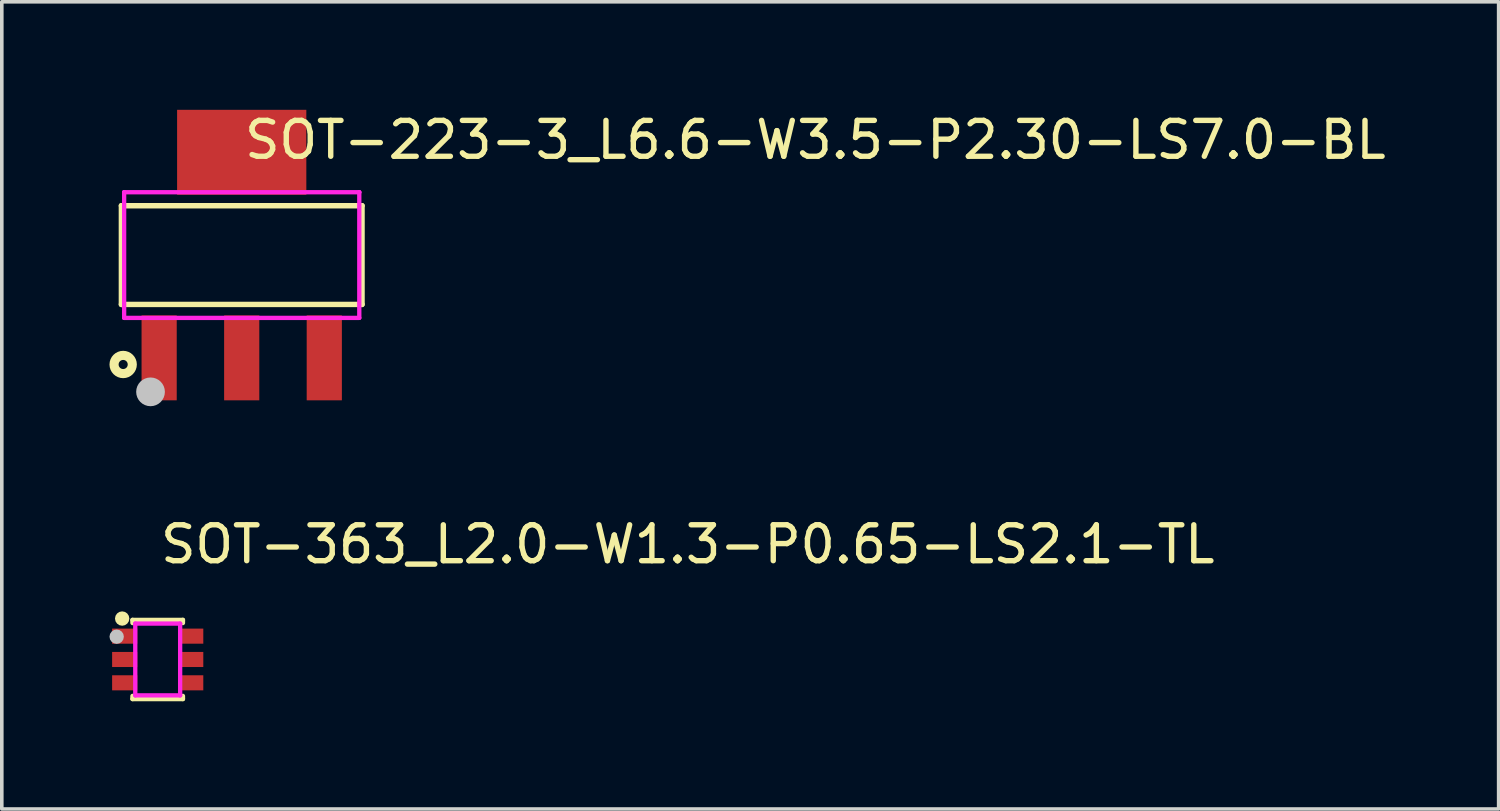
<source format=kicad_pcb>
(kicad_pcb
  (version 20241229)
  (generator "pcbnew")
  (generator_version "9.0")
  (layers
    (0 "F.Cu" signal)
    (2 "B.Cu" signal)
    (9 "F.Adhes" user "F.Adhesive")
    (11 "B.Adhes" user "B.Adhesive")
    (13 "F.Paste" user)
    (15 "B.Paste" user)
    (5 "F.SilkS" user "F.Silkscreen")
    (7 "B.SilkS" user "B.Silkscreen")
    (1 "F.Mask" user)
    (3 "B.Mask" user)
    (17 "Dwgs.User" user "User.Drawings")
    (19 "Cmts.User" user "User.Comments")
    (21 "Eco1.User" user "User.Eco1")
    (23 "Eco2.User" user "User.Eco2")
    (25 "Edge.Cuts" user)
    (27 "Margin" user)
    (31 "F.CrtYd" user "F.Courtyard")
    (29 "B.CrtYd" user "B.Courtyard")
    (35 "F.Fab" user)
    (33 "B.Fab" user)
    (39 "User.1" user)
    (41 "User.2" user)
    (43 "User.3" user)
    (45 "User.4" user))
  (footprint "SOT-363_L2.0-W1.3-P0.65-LS2.1-TL"
    (layer "F.Cu")
    (at 1.343 15.32)
    (property "Reference" "SOT-363_L2.0-W1.3-P0.65-LS2.1-TL" (at 0 -3.207 0) (layer "F.SilkS") (effects (font (size 1 1) (thickness 0.15)) (justify left)))
    (attr through_hole)
    (fp_line (start -0.7 -1.1) (end -0.7 -1.018) (stroke (width 0.127) (type solid)) (layer "F.SilkS"))
    (fp_line (start -0.7 -1.1) (end 0.7 -1.1) (stroke (width 0.127) (type solid)) (layer "F.SilkS"))
    (fp_line (start -0.7 1.018) (end -0.7 1.1) (stroke (width 0.127) (type solid)) (layer "F.SilkS"))
    (fp_line (start -0.7 1.1) (end 0.7 1.1) (stroke (width 0.127) (type solid)) (layer "F.SilkS"))
    (fp_line (start 0.7 -1.1) (end 0.7 -1.018) (stroke (width 0.127) (type solid)) (layer "F.SilkS"))
    (fp_line (start 0.7 1.018) (end 0.7 1.1) (stroke (width 0.127) (type solid)) (layer "F.SilkS"))
    (fp_circle (center -0.99 -1.14) (end -0.89 -1.14) (stroke (width 0.2) (type solid)) (fill no) (layer "F.SilkS"))
    (fp_circle (center -1.143 -0.635) (end -1.043 -0.635) (stroke (width 0.2) (type solid)) (fill no) (layer "Dwgs.User"))
    (fp_line (start -0.76 -0.775) (end -0.615 -0.775) (stroke (width 0.12) (type solid)) (layer "Eco2.User"))
    (fp_line (start -0.76 -0.525) (end -0.76 -0.775) (stroke (width 0.12) (type solid)) (layer "Eco2.User"))
    (fp_line (start -0.76 -0.125) (end -0.615 -0.125) (stroke (width 0.12) (type solid)) (layer "Eco2.User"))
    (fp_line (start -0.76 0.125) (end -0.76 -0.125) (stroke (width 0.12) (type solid)) (layer "Eco2.User"))
    (fp_line (start -0.76 0.525) (end -0.615 0.525) (stroke (width 0.12) (type solid)) (layer "Eco2.User"))
    (fp_line (start -0.76 0.775) (end -0.76 0.525) (stroke (width 0.12) (type solid)) (layer "Eco2.User"))
    (fp_line (start -0.615 -0.775) (end -0.615 -0.525) (stroke (width 0.12) (type solid)) (layer "Eco2.User"))
    (fp_line (start -0.615 -0.525) (end -0.76 -0.525) (stroke (width 0.12) (type solid)) (layer "Eco2.User"))
    (fp_line (start -0.615 -0.125) (end -0.615 0.125) (stroke (width 0.12) (type solid)) (layer "Eco2.User"))
    (fp_line (start -0.615 0.125) (end -0.76 0.125) (stroke (width 0.12) (type solid)) (layer "Eco2.User"))
    (fp_line (start -0.615 0.525) (end -0.615 0.775) (stroke (width 0.12) (type solid)) (layer "Eco2.User"))
    (fp_line (start -0.615 0.775) (end -0.76 0.775) (stroke (width 0.12) (type solid)) (layer "Eco2.User"))
    (fp_line (start 0.615 -0.775) (end 0.76 -0.775) (stroke (width 0.12) (type solid)) (layer "Eco2.User"))
    (fp_line (start 0.615 -0.525) (end 0.615 -0.775) (stroke (width 0.12) (type solid)) (layer "Eco2.User"))
    (fp_line (start 0.615 -0.125) (end 0.76 -0.125) (stroke (width 0.12) (type solid)) (layer "Eco2.User"))
    (fp_line (start 0.615 0.125) (end 0.615 -0.125) (stroke (width 0.12) (type solid)) (layer "Eco2.User"))
    (fp_line (start 0.615 0.525) (end 0.76 0.525) (stroke (width 0.12) (type solid)) (layer "Eco2.User"))
    (fp_line (start 0.615 0.775) (end 0.615 0.525) (stroke (width 0.12) (type solid)) (layer "Eco2.User"))
    (fp_line (start 0.76 -0.775) (end 0.76 -0.525) (stroke (width 0.12) (type solid)) (layer "Eco2.User"))
    (fp_line (start 0.76 -0.525) (end 0.615 -0.525) (stroke (width 0.12) (type solid)) (layer "Eco2.User"))
    (fp_line (start 0.76 -0.125) (end 0.76 0.125) (stroke (width 0.12) (type solid)) (layer "Eco2.User"))
    (fp_line (start 0.76 0.125) (end 0.615 0.125) (stroke (width 0.12) (type solid)) (layer "Eco2.User"))
    (fp_line (start 0.76 0.525) (end 0.76 0.775) (stroke (width 0.12) (type solid)) (layer "Eco2.User"))
    (fp_line (start 0.76 0.775) (end 0.615 0.775) (stroke (width 0.12) (type solid)) (layer "Eco2.User"))
    (fp_circle (center -1.02 -0.97) (end -0.99 -0.97) (stroke (width 0.06) (type solid)) (fill no) (layer "Eco2.User"))
    (fp_poly (pts (xy -0.75 -0.775) (xy -0.75 -0.525) (xy -1.05 -0.525) (xy -1.05 -0.775)) (stroke (width 0.12) (type solid)) (fill no) (layer "Eco2.User"))
    (fp_poly (pts (xy -0.75 -0.125) (xy -0.75 0.125) (xy -1.05 0.125) (xy -1.05 -0.125)) (stroke (width 0.12) (type solid)) (fill no) (layer "Eco2.User"))
    (fp_poly (pts (xy -0.75 0.525) (xy -0.75 0.775) (xy -1.05 0.775) (xy -1.05 0.525)) (stroke (width 0.12) (type solid)) (fill no) (layer "Eco2.User"))
    (fp_poly (pts (xy 0.75 -0.775) (xy 0.75 -0.525) (xy 1.05 -0.525) (xy 1.05 -0.775)) (stroke (width 0.12) (type solid)) (fill no) (layer "Eco2.User"))
    (fp_poly (pts (xy 0.75 -0.125) (xy 0.75 0.125) (xy 1.05 0.125) (xy 1.05 -0.125)) (stroke (width 0.12) (type solid)) (fill no) (layer "Eco2.User"))
    (fp_poly (pts (xy 0.75 0.525) (xy 0.75 0.775) (xy 1.05 0.775) (xy 1.05 0.525)) (stroke (width 0.12) (type solid)) (fill no) (layer "Eco2.User"))
    (fp_line (start -0.625 -1) (end 0.625 -1) (stroke (width 0.12) (type solid)) (layer "F.CrtYd"))
    (fp_line (start -0.625 1) (end -0.625 -1) (stroke (width 0.12) (type solid)) (layer "F.CrtYd"))
    (fp_line (start 0.625 -1) (end 0.625 1) (stroke (width 0.12) (type solid)) (layer "F.CrtYd"))
    (fp_line (start 0.625 1) (end -0.625 1) (stroke (width 0.12) (type solid)) (layer "F.CrtYd"))
    (pad "1" smd rect (at -0.92 -0.65) (size 0.7 0.42) (layers "F.Cu" "F.Mask" "F.Paste"))
    (pad "2" smd rect (at -0.92 0) (size 0.7 0.42) (layers "F.Cu" "F.Mask" "F.Paste"))
    (pad "3" smd rect (at -0.92 0.65) (size 0.7 0.42) (layers "F.Cu" "F.Mask" "F.Paste"))
    (pad "4" smd rect (at 0.92 0.65) (size 0.7 0.42) (layers "F.Cu" "F.Mask" "F.Paste"))
    (pad "5" smd rect (at 0.92 0) (size 0.7 0.42) (layers "F.Cu" "F.Mask" "F.Paste"))
    (pad "6" smd rect (at 0.92 -0.65) (size 0.7 0.42) (layers "F.Cu" "F.Mask" "F.Paste")))
  (footprint "SOT-223-3_L6.6-W3.5-P2.30-LS7.0-BL"
    (layer "F.Cu")
    (at 3.683 4.055)
    (property "Reference" "SOT-223-3_L6.6-W3.5-P2.30-LS7.0-BL" (at 0 -3.207 0) (layer "F.SilkS") (effects (font (size 1 1) (thickness 0.15)) (justify left)))
    (attr through_hole)
    (fp_line (start -3.351 -1.375) (end 3.351 -1.375) (stroke (width 0.152) (type solid)) (layer "F.SilkS"))
    (fp_line (start -3.351 1.375) (end -3.351 -1.375) (stroke (width 0.152) (type solid)) (layer "F.SilkS"))
    (fp_line (start 3.351 -1.375) (end 3.351 1.375) (stroke (width 0.152) (type solid)) (layer "F.SilkS"))
    (fp_line (start 3.351 1.375) (end -3.351 1.375) (stroke (width 0.152) (type solid)) (layer "F.SilkS"))
    (fp_circle (center -3.302 3.048) (end -3.048 3.048) (stroke (width 0.254) (type solid)) (fill no) (layer "F.SilkS"))
    (fp_circle (center -2.54 3.81) (end -2.34 3.81) (stroke (width 0.4) (type solid)) (fill no) (layer "Dwgs.User"))
    (fp_line (start -2.65 1.74) (end -2.65 1.74) (stroke (width 0.12) (type solid)) (layer "Eco2.User"))
    (fp_line (start -2.65 1.74) (end -2.65 2.6) (stroke (width 0.12) (type solid)) (layer "Eco2.User"))
    (fp_line (start -2.65 2.6) (end -1.95 2.6) (stroke (width 0.12) (type solid)) (layer "Eco2.User"))
    (fp_line (start -1.95 1.74) (end -2.65 1.74) (stroke (width 0.12) (type solid)) (layer "Eco2.User"))
    (fp_line (start -1.95 1.74) (end -1.95 1.74) (stroke (width 0.12) (type solid)) (layer "Eco2.User"))
    (fp_line (start -1.95 2.6) (end -1.95 1.74) (stroke (width 0.12) (type solid)) (layer "Eco2.User"))
    (fp_line (start -1.5 -2.6) (end 1.5 -2.6) (stroke (width 0.12) (type solid)) (layer "Eco2.User"))
    (fp_line (start -1.5 -1.74) (end -1.5 -2.6) (stroke (width 0.12) (type solid)) (layer "Eco2.User"))
    (fp_line (start -1.5 -1.74) (end -1.5 -1.74) (stroke (width 0.12) (type solid)) (layer "Eco2.User"))
    (fp_line (start -0.35 1.74) (end -0.35 1.74) (stroke (width 0.12) (type solid)) (layer "Eco2.User"))
    (fp_line (start -0.35 1.74) (end -0.35 2.6) (stroke (width 0.12) (type solid)) (layer "Eco2.User"))
    (fp_line (start -0.35 2.6) (end 0.35 2.6) (stroke (width 0.12) (type solid)) (layer "Eco2.User"))
    (fp_line (start 0.35 1.74) (end -0.35 1.74) (stroke (width 0.12) (type solid)) (layer "Eco2.User"))
    (fp_line (start 0.35 1.74) (end 0.35 1.74) (stroke (width 0.12) (type solid)) (layer "Eco2.User"))
    (fp_line (start 0.35 2.6) (end 0.35 1.74) (stroke (width 0.12) (type solid)) (layer "Eco2.User"))
    (fp_line (start 1.5 -2.6) (end 1.5 -1.74) (stroke (width 0.12) (type solid)) (layer "Eco2.User"))
    (fp_line (start 1.5 -1.74) (end -1.5 -1.74) (stroke (width 0.12) (type solid)) (layer "Eco2.User"))
    (fp_line (start 1.5 -1.74) (end 1.5 -1.74) (stroke (width 0.12) (type solid)) (layer "Eco2.User"))
    (fp_line (start 1.95 1.74) (end 1.95 1.74) (stroke (width 0.12) (type solid)) (layer "Eco2.User"))
    (fp_line (start 1.95 1.74) (end 1.95 2.6) (stroke (width 0.12) (type solid)) (layer "Eco2.User"))
    (fp_line (start 1.95 2.6) (end 2.65 2.6) (stroke (width 0.12) (type solid)) (layer "Eco2.User"))
    (fp_line (start 2.65 1.74) (end 1.95 1.74) (stroke (width 0.12) (type solid)) (layer "Eco2.User"))
    (fp_line (start 2.65 1.74) (end 2.65 1.74) (stroke (width 0.12) (type solid)) (layer "Eco2.User"))
    (fp_line (start 2.65 2.6) (end 2.65 1.74) (stroke (width 0.12) (type solid)) (layer "Eco2.User"))
    (fp_circle (center -3.275 3.5) (end -3.245 3.5) (stroke (width 0.06) (type solid)) (fill no) (layer "Eco2.User"))
    (fp_poly (pts (xy -1.95 3.5) (xy -1.95 2.59) (xy -2.65 2.59) (xy -2.65 3.5)) (stroke (width 0.12) (type solid)) (fill no) (layer "Eco2.User"))
    (fp_poly (pts (xy 0.35 3.5) (xy 0.35 2.59) (xy -0.35 2.59) (xy -0.35 3.5)) (stroke (width 0.12) (type solid)) (fill no) (layer "Eco2.User"))
    (fp_poly (pts (xy 1.5 -3.5) (xy 1.5 -2.59) (xy -1.5 -2.59) (xy -1.5 -3.5)) (stroke (width 0.12) (type solid)) (fill no) (layer "Eco2.User"))
    (fp_poly (pts (xy 2.65 3.5) (xy 2.65 2.59) (xy 1.95 2.59) (xy 1.95 3.5)) (stroke (width 0.12) (type solid)) (fill no) (layer "Eco2.User"))
    (fp_line (start -3.275 -1.75) (end -3.275 -1.75) (stroke (width 0.12) (type solid)) (layer "F.CrtYd"))
    (fp_line (start -3.275 -1.75) (end -3.275 1.75) (stroke (width 0.12) (type solid)) (layer "F.CrtYd"))
    (fp_line (start -3.275 1.75) (end 3.275 1.75) (stroke (width 0.12) (type solid)) (layer "F.CrtYd"))
    (fp_line (start 3.275 -1.75) (end -3.275 -1.75) (stroke (width 0.12) (type solid)) (layer "F.CrtYd"))
    (fp_line (start 3.275 -1.75) (end 3.275 -1.75) (stroke (width 0.12) (type solid)) (layer "F.CrtYd"))
    (fp_line (start 3.275 1.75) (end 3.275 -1.75) (stroke (width 0.12) (type solid)) (layer "F.CrtYd"))
    (pad "1" smd rect (at -2.3 2.863 90) (size 2.366 0.98) (layers "F.Cu" "F.Mask" "F.Paste"))
    (pad "2" smd rect (at 0 2.863 90) (size 2.366 0.98) (layers "F.Cu" "F.Mask" "F.Paste"))
    (pad "3" smd rect (at 2.3 2.863 90) (size 2.366 0.98) (layers "F.Cu" "F.Mask" "F.Paste"))
    (pad "4" smd rect (at 0 -2.863 90) (size 2.366 3.6) (layers "F.Cu" "F.Mask" "F.Paste")))
  (gr_rect
    (start -3 -3)
    (end 38.695 19.484)
    (stroke (width 0.1) (type default))
    (fill no)
    (layer "Edge.Cuts")))
</source>
